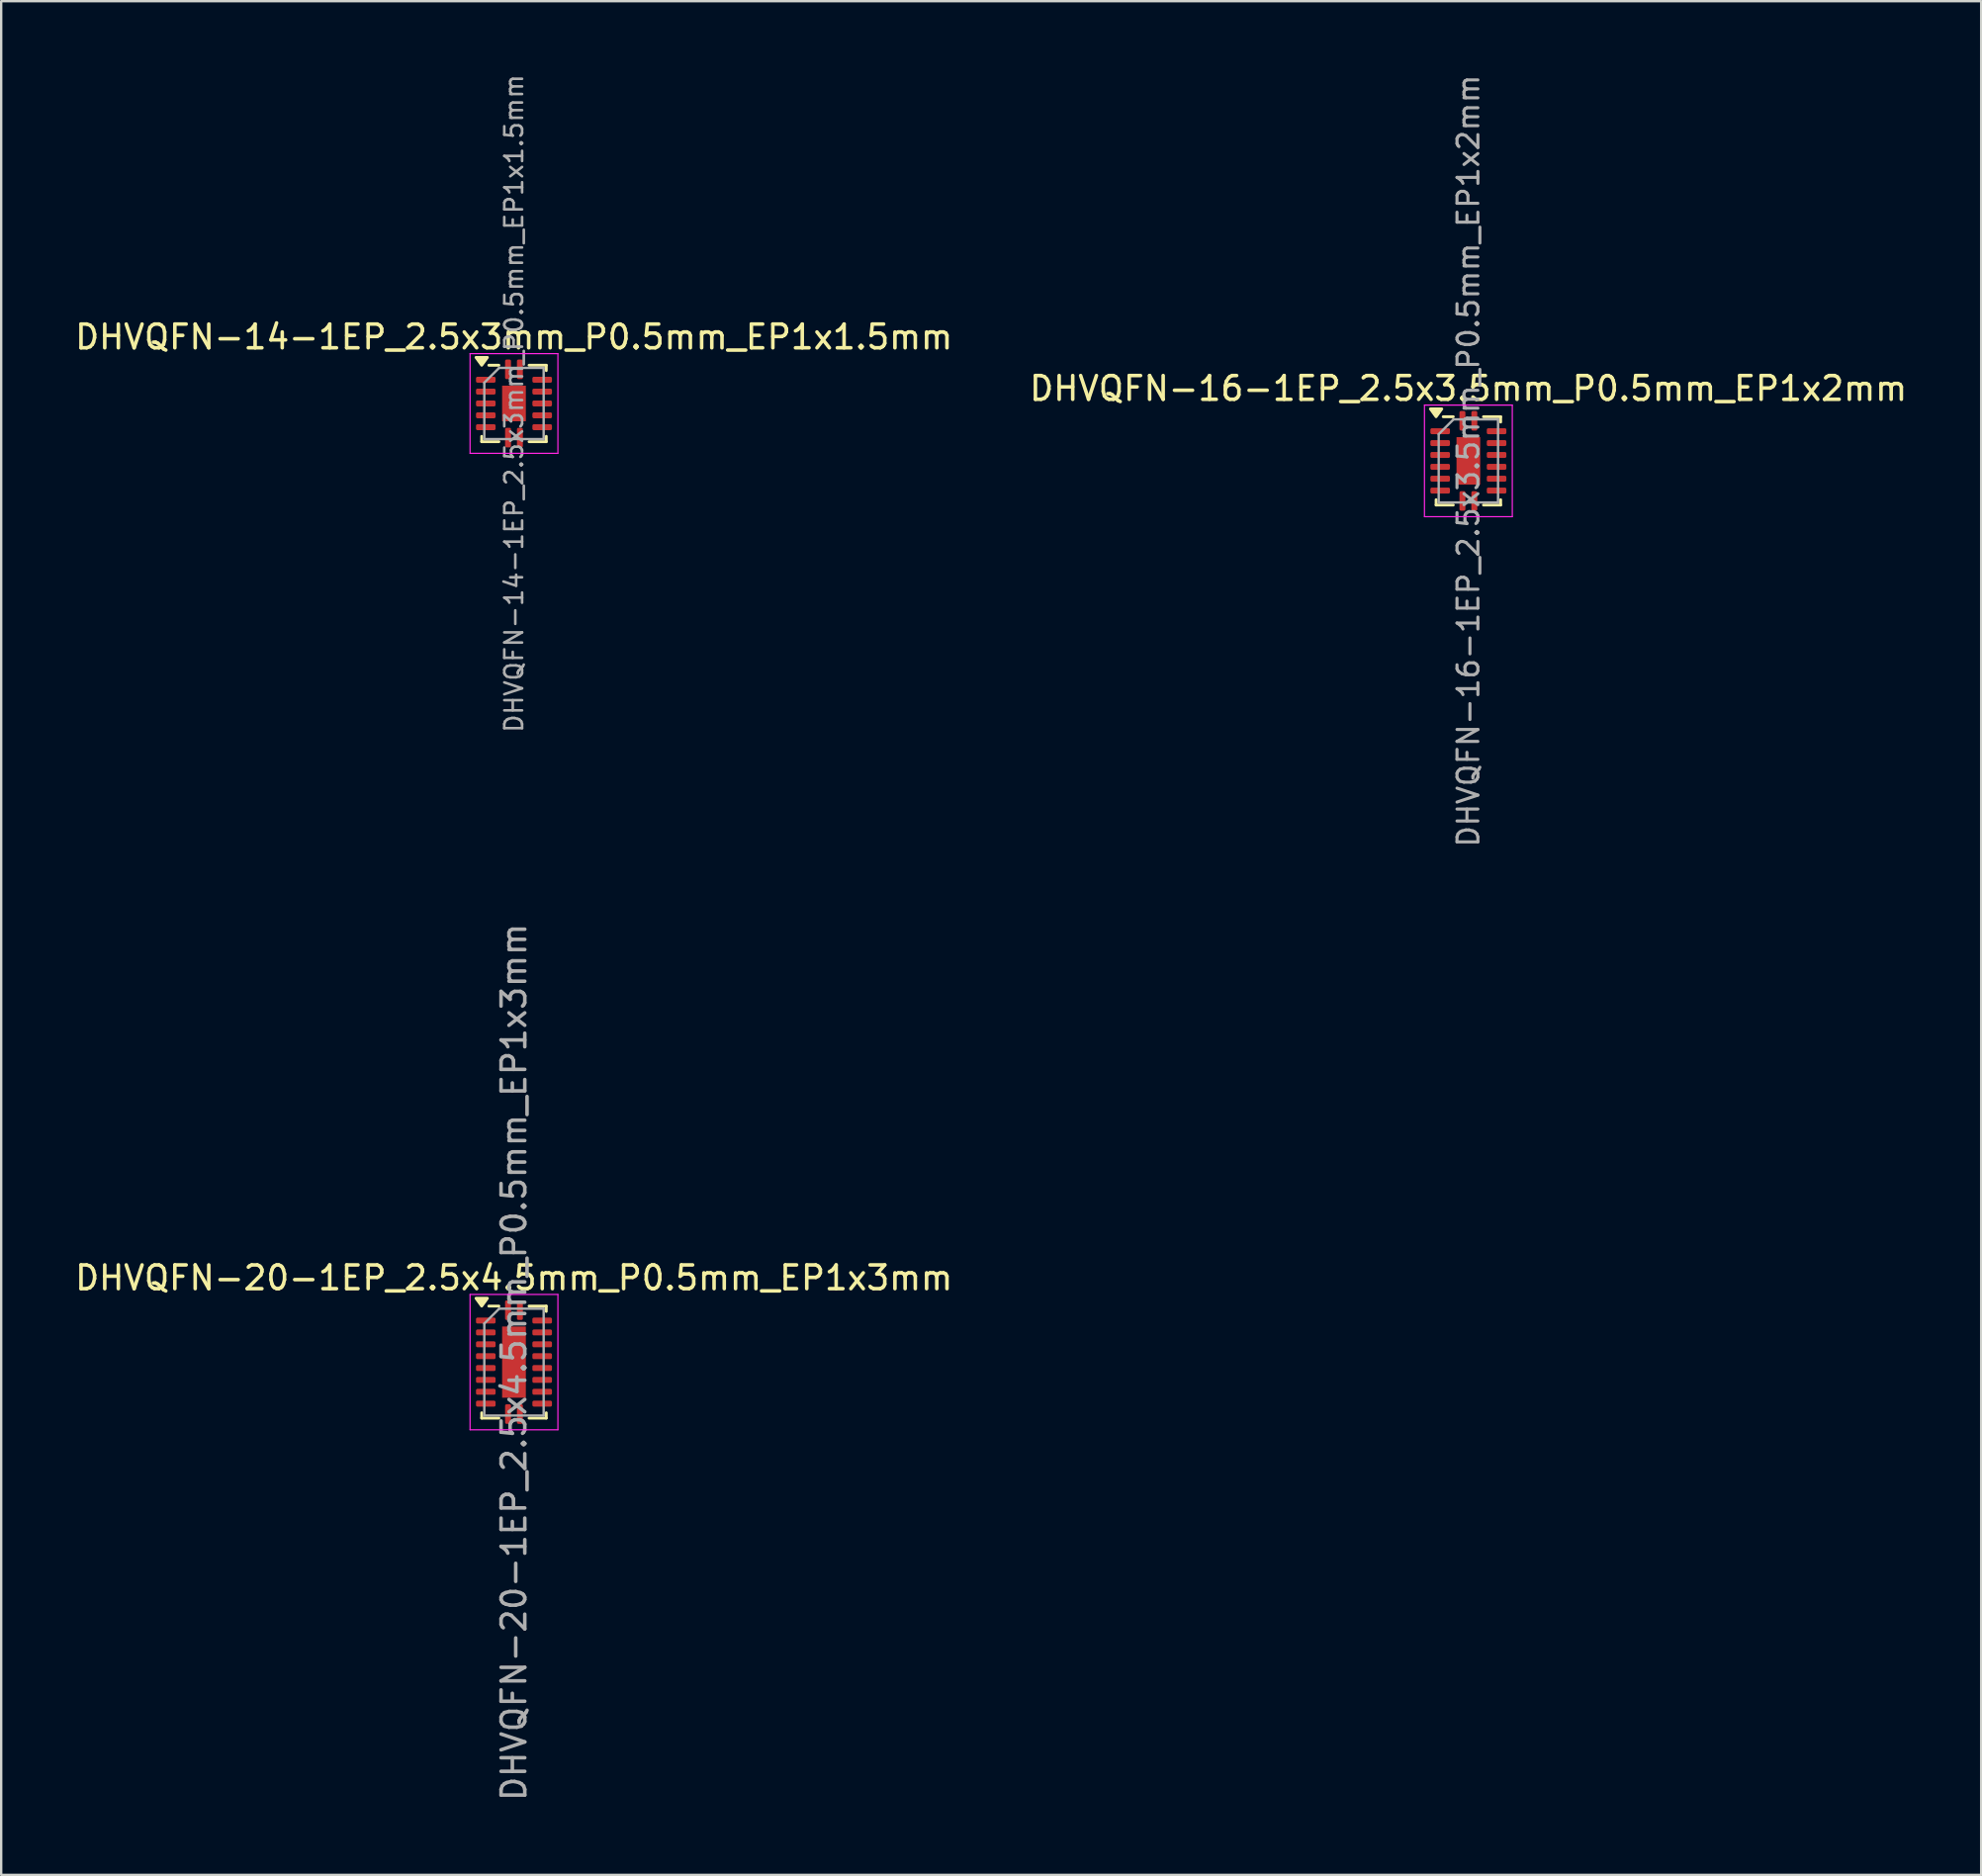
<source format=kicad_pcb>
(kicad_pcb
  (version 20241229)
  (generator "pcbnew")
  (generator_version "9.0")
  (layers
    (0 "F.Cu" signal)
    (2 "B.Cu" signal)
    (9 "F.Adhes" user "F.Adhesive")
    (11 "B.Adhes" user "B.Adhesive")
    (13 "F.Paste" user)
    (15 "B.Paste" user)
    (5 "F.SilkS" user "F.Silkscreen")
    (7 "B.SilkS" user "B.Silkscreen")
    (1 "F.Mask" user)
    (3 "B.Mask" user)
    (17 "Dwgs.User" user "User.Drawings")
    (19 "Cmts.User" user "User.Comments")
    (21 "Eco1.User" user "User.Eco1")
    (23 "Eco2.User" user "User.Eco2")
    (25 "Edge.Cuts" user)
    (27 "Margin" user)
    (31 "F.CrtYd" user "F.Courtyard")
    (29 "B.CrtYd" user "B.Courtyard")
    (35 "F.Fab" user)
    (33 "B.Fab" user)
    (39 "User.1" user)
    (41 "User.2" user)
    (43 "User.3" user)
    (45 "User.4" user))
  (footprint "DHVQFN-14-1EP_2.5x3mm_P0.5mm_EP1x1.5mm"
    (layer "F.Cu")
    (at 18.601 13.947)
    (property "Reference" "DHVQFN-14-1EP_2.5x3mm_P0.5mm_EP1x1.5mm" (at 0 -2.8 0) (layer "F.SilkS") (effects (font (size 1 1) (thickness 0.15))))
    (attr smd)
    (fp_line (start -1.36 1.61) (end -1.36 1.385) (stroke (width 0.12) (type solid)) (layer "F.SilkS"))
    (fp_line (start -0.635 -1.61) (end -1.06 -1.61) (stroke (width 0.12) (type solid)) (layer "F.SilkS"))
    (fp_line (start -0.635 1.61) (end -1.36 1.61) (stroke (width 0.12) (type solid)) (layer "F.SilkS"))
    (fp_line (start 0.635 -1.61) (end 1.36 -1.61) (stroke (width 0.12) (type solid)) (layer "F.SilkS"))
    (fp_line (start 0.635 1.61) (end 1.36 1.61) (stroke (width 0.12) (type solid)) (layer "F.SilkS"))
    (fp_line (start 1.36 -1.61) (end 1.36 -1.385) (stroke (width 0.12) (type solid)) (layer "F.SilkS"))
    (fp_line (start 1.36 1.61) (end 1.36 1.385) (stroke (width 0.12) (type solid)) (layer "F.SilkS"))
    (fp_poly (pts (xy -1.36 -1.61) (xy -1.6 -1.94) (xy -1.12 -1.94) (xy -1.36 -1.61)) (stroke (width 0.12) (type solid)) (fill yes) (layer "F.SilkS"))
    (fp_line (start -1.85 -2.1) (end -1.85 2.1) (stroke (width 0.05) (type solid)) (layer "F.CrtYd"))
    (fp_line (start -1.85 2.1) (end 1.85 2.1) (stroke (width 0.05) (type solid)) (layer "F.CrtYd"))
    (fp_line (start 1.85 -2.1) (end -1.85 -2.1) (stroke (width 0.05) (type solid)) (layer "F.CrtYd"))
    (fp_line (start 1.85 2.1) (end 1.85 -2.1) (stroke (width 0.05) (type solid)) (layer "F.CrtYd"))
    (fp_line (start -1.25 -0.875) (end -0.625 -1.5) (stroke (width 0.1) (type solid)) (layer "F.Fab"))
    (fp_line (start -1.25 1.5) (end -1.25 -0.875) (stroke (width 0.1) (type solid)) (layer "F.Fab"))
    (fp_line (start -0.625 -1.5) (end 1.25 -1.5) (stroke (width 0.1) (type solid)) (layer "F.Fab"))
    (fp_line (start 1.25 -1.5) (end 1.25 1.5) (stroke (width 0.1) (type solid)) (layer "F.Fab"))
    (fp_line (start 1.25 1.5) (end -1.25 1.5) (stroke (width 0.1) (type solid)) (layer "F.Fab"))
    (fp_text user "${REFERENCE}" (at 0 0 90) (layer "F.Fab") (effects (font (size 0.75 0.75) (thickness 0.11))))
    (pad "" smd roundrect (at 0 0) (size 0.81 1.21) (layers "F.Paste") (roundrect_rratio 0.25))
    (pad "1" smd roundrect (at -0.25 -1.438) (size 0.25 0.825) (layers "F.Cu" "F.Mask" "F.Paste") (roundrect_rratio 0.25))
    (pad "2" smd roundrect (at -1.188 -1) (size 0.825 0.25) (layers "F.Cu" "F.Mask" "F.Paste") (roundrect_rratio 0.25))
    (pad "3" smd roundrect (at -1.188 -0.5) (size 0.825 0.25) (layers "F.Cu" "F.Mask" "F.Paste") (roundrect_rratio 0.25))
    (pad "4" smd roundrect (at -1.188 0) (size 0.825 0.25) (layers "F.Cu" "F.Mask" "F.Paste") (roundrect_rratio 0.25))
    (pad "5" smd roundrect (at -1.188 0.5) (size 0.825 0.25) (layers "F.Cu" "F.Mask" "F.Paste") (roundrect_rratio 0.25))
    (pad "6" smd roundrect (at -1.188 1) (size 0.825 0.25) (layers "F.Cu" "F.Mask" "F.Paste") (roundrect_rratio 0.25))
    (pad "7" smd roundrect (at -0.25 1.438) (size 0.25 0.825) (layers "F.Cu" "F.Mask" "F.Paste") (roundrect_rratio 0.25))
    (pad "8" smd roundrect (at 0.25 1.438) (size 0.25 0.825) (layers "F.Cu" "F.Mask" "F.Paste") (roundrect_rratio 0.25))
    (pad "9" smd roundrect (at 1.188 1) (size 0.825 0.25) (layers "F.Cu" "F.Mask" "F.Paste") (roundrect_rratio 0.25))
    (pad "10" smd roundrect (at 1.188 0.5) (size 0.825 0.25) (layers "F.Cu" "F.Mask" "F.Paste") (roundrect_rratio 0.25))
    (pad "11" smd roundrect (at 1.188 0) (size 0.825 0.25) (layers "F.Cu" "F.Mask" "F.Paste") (roundrect_rratio 0.25))
    (pad "12" smd roundrect (at 1.188 -0.5) (size 0.825 0.25) (layers "F.Cu" "F.Mask" "F.Paste") (roundrect_rratio 0.25))
    (pad "13" smd roundrect (at 1.188 -1) (size 0.825 0.25) (layers "F.Cu" "F.Mask" "F.Paste") (roundrect_rratio 0.25))
    (pad "14" smd roundrect (at 0.25 -1.438) (size 0.25 0.825) (layers "F.Cu" "F.Mask" "F.Paste") (roundrect_rratio 0.25))
    (pad "15" smd rect (at 0 0) (size 1 1.5) (property pad_prop_heatsink) (layers "F.Cu" "F.Mask")))
  (footprint "DHVQFN-20-1EP_2.5x4.5mm_P0.5mm_EP1x3mm"
    (layer "F.Cu")
    (at 18.601 54.333)
    (property "Reference" "DHVQFN-20-1EP_2.5x4.5mm_P0.5mm_EP1x3mm" (at 0 -3.55 0) (layer "F.SilkS") (effects (font (size 1 1) (thickness 0.15))))
    (attr smd)
    (fp_line (start -1.36 2.36) (end -1.36 2.135) (stroke (width 0.12) (type solid)) (layer "F.SilkS"))
    (fp_line (start -0.635 -2.36) (end -1.06 -2.36) (stroke (width 0.12) (type solid)) (layer "F.SilkS"))
    (fp_line (start -0.635 2.36) (end -1.36 2.36) (stroke (width 0.12) (type solid)) (layer "F.SilkS"))
    (fp_line (start 0.635 -2.36) (end 1.36 -2.36) (stroke (width 0.12) (type solid)) (layer "F.SilkS"))
    (fp_line (start 0.635 2.36) (end 1.36 2.36) (stroke (width 0.12) (type solid)) (layer "F.SilkS"))
    (fp_line (start 1.36 -2.36) (end 1.36 -2.135) (stroke (width 0.12) (type solid)) (layer "F.SilkS"))
    (fp_line (start 1.36 2.36) (end 1.36 2.135) (stroke (width 0.12) (type solid)) (layer "F.SilkS"))
    (fp_poly (pts (xy -1.36 -2.36) (xy -1.6 -2.69) (xy -1.12 -2.69) (xy -1.36 -2.36)) (stroke (width 0.12) (type solid)) (fill yes) (layer "F.SilkS"))
    (fp_line (start -1.85 -2.85) (end -1.85 2.85) (stroke (width 0.05) (type solid)) (layer "F.CrtYd"))
    (fp_line (start -1.85 2.85) (end 1.85 2.85) (stroke (width 0.05) (type solid)) (layer "F.CrtYd"))
    (fp_line (start 1.85 -2.85) (end -1.85 -2.85) (stroke (width 0.05) (type solid)) (layer "F.CrtYd"))
    (fp_line (start 1.85 2.85) (end 1.85 -2.85) (stroke (width 0.05) (type solid)) (layer "F.CrtYd"))
    (fp_line (start -1.25 -1.625) (end -0.625 -2.25) (stroke (width 0.1) (type solid)) (layer "F.Fab"))
    (fp_line (start -1.25 2.25) (end -1.25 -1.625) (stroke (width 0.1) (type solid)) (layer "F.Fab"))
    (fp_line (start -0.625 -2.25) (end 1.25 -2.25) (stroke (width 0.1) (type solid)) (layer "F.Fab"))
    (fp_line (start 1.25 -2.25) (end 1.25 2.25) (stroke (width 0.1) (type solid)) (layer "F.Fab"))
    (fp_line (start 1.25 2.25) (end -1.25 2.25) (stroke (width 0.1) (type solid)) (layer "F.Fab"))
    (fp_text user "${REFERENCE}" (at 0 0 90) (layer "F.Fab") (effects (font (size 1 1) (thickness 0.15))))
    (pad "" smd roundrect (at 0 -0.75) (size 0.81 1.21) (layers "F.Paste") (roundrect_rratio 0.25))
    (pad "" smd roundrect (at 0 0.75) (size 0.81 1.21) (layers "F.Paste") (roundrect_rratio 0.25))
    (pad "1" smd roundrect (at -0.25 -2.188) (size 0.25 0.825) (layers "F.Cu" "F.Mask" "F.Paste") (roundrect_rratio 0.25))
    (pad "2" smd roundrect (at -1.188 -1.75) (size 0.825 0.25) (layers "F.Cu" "F.Mask" "F.Paste") (roundrect_rratio 0.25))
    (pad "3" smd roundrect (at -1.188 -1.25) (size 0.825 0.25) (layers "F.Cu" "F.Mask" "F.Paste") (roundrect_rratio 0.25))
    (pad "4" smd roundrect (at -1.188 -0.75) (size 0.825 0.25) (layers "F.Cu" "F.Mask" "F.Paste") (roundrect_rratio 0.25))
    (pad "5" smd roundrect (at -1.188 -0.25) (size 0.825 0.25) (layers "F.Cu" "F.Mask" "F.Paste") (roundrect_rratio 0.25))
    (pad "6" smd roundrect (at -1.188 0.25) (size 0.825 0.25) (layers "F.Cu" "F.Mask" "F.Paste") (roundrect_rratio 0.25))
    (pad "7" smd roundrect (at -1.188 0.75) (size 0.825 0.25) (layers "F.Cu" "F.Mask" "F.Paste") (roundrect_rratio 0.25))
    (pad "8" smd roundrect (at -1.188 1.25) (size 0.825 0.25) (layers "F.Cu" "F.Mask" "F.Paste") (roundrect_rratio 0.25))
    (pad "9" smd roundrect (at -1.188 1.75) (size 0.825 0.25) (layers "F.Cu" "F.Mask" "F.Paste") (roundrect_rratio 0.25))
    (pad "10" smd roundrect (at -0.25 2.188) (size 0.25 0.825) (layers "F.Cu" "F.Mask" "F.Paste") (roundrect_rratio 0.25))
    (pad "11" smd roundrect (at 0.25 2.188) (size 0.25 0.825) (layers "F.Cu" "F.Mask" "F.Paste") (roundrect_rratio 0.25))
    (pad "12" smd roundrect (at 1.188 1.75) (size 0.825 0.25) (layers "F.Cu" "F.Mask" "F.Paste") (roundrect_rratio 0.25))
    (pad "13" smd roundrect (at 1.188 1.25) (size 0.825 0.25) (layers "F.Cu" "F.Mask" "F.Paste") (roundrect_rratio 0.25))
    (pad "14" smd roundrect (at 1.188 0.75) (size 0.825 0.25) (layers "F.Cu" "F.Mask" "F.Paste") (roundrect_rratio 0.25))
    (pad "15" smd roundrect (at 1.188 0.25) (size 0.825 0.25) (layers "F.Cu" "F.Mask" "F.Paste") (roundrect_rratio 0.25))
    (pad "16" smd roundrect (at 1.188 -0.25) (size 0.825 0.25) (layers "F.Cu" "F.Mask" "F.Paste") (roundrect_rratio 0.25))
    (pad "17" smd roundrect (at 1.188 -0.75) (size 0.825 0.25) (layers "F.Cu" "F.Mask" "F.Paste") (roundrect_rratio 0.25))
    (pad "18" smd roundrect (at 1.188 -1.25) (size 0.825 0.25) (layers "F.Cu" "F.Mask" "F.Paste") (roundrect_rratio 0.25))
    (pad "19" smd roundrect (at 1.188 -1.75) (size 0.825 0.25) (layers "F.Cu" "F.Mask" "F.Paste") (roundrect_rratio 0.25))
    (pad "20" smd roundrect (at 0.25 -2.188) (size 0.25 0.825) (layers "F.Cu" "F.Mask" "F.Paste") (roundrect_rratio 0.25))
    (pad "21" smd rect (at 0 0) (size 1 3) (property pad_prop_heatsink) (layers "F.Cu" "F.Mask")))
  (footprint "DHVQFN-16-1EP_2.5x3.5mm_P0.5mm_EP1x2mm"
    (layer "F.Cu")
    (at 58.804 16.366)
    (property "Reference" "DHVQFN-16-1EP_2.5x3.5mm_P0.5mm_EP1x2mm" (at 0 -3.05 0) (layer "F.SilkS") (effects (font (size 1 1) (thickness 0.15))))
    (attr smd)
    (fp_line (start -1.36 1.86) (end -1.36 1.635) (stroke (width 0.12) (type solid)) (layer "F.SilkS"))
    (fp_line (start -0.635 -1.86) (end -1.06 -1.86) (stroke (width 0.12) (type solid)) (layer "F.SilkS"))
    (fp_line (start -0.635 1.86) (end -1.36 1.86) (stroke (width 0.12) (type solid)) (layer "F.SilkS"))
    (fp_line (start 0.635 -1.86) (end 1.36 -1.86) (stroke (width 0.12) (type solid)) (layer "F.SilkS"))
    (fp_line (start 0.635 1.86) (end 1.36 1.86) (stroke (width 0.12) (type solid)) (layer "F.SilkS"))
    (fp_line (start 1.36 -1.86) (end 1.36 -1.635) (stroke (width 0.12) (type solid)) (layer "F.SilkS"))
    (fp_line (start 1.36 1.86) (end 1.36 1.635) (stroke (width 0.12) (type solid)) (layer "F.SilkS"))
    (fp_poly (pts (xy -1.36 -1.86) (xy -1.6 -2.19) (xy -1.12 -2.19) (xy -1.36 -1.86)) (stroke (width 0.12) (type solid)) (fill yes) (layer "F.SilkS"))
    (fp_line (start -1.85 -2.35) (end -1.85 2.35) (stroke (width 0.05) (type solid)) (layer "F.CrtYd"))
    (fp_line (start -1.85 2.35) (end 1.85 2.35) (stroke (width 0.05) (type solid)) (layer "F.CrtYd"))
    (fp_line (start 1.85 -2.35) (end -1.85 -2.35) (stroke (width 0.05) (type solid)) (layer "F.CrtYd"))
    (fp_line (start 1.85 2.35) (end 1.85 -2.35) (stroke (width 0.05) (type solid)) (layer "F.CrtYd"))
    (fp_line (start -1.25 -1.125) (end -0.625 -1.75) (stroke (width 0.1) (type solid)) (layer "F.Fab"))
    (fp_line (start -1.25 1.75) (end -1.25 -1.125) (stroke (width 0.1) (type solid)) (layer "F.Fab"))
    (fp_line (start -0.625 -1.75) (end 1.25 -1.75) (stroke (width 0.1) (type solid)) (layer "F.Fab"))
    (fp_line (start 1.25 -1.75) (end 1.25 1.75) (stroke (width 0.1) (type solid)) (layer "F.Fab"))
    (fp_line (start 1.25 1.75) (end -1.25 1.75) (stroke (width 0.1) (type solid)) (layer "F.Fab"))
    (fp_text user "${REFERENCE}" (at 0 0 90) (layer "F.Fab") (effects (font (size 0.88 0.88) (thickness 0.13))))
    (pad "" smd roundrect (at 0 -0.5) (size 0.81 0.81) (layers "F.Paste") (roundrect_rratio 0.25))
    (pad "" smd roundrect (at 0 0.5) (size 0.81 0.81) (layers "F.Paste") (roundrect_rratio 0.25))
    (pad "1" smd roundrect (at -0.25 -1.688) (size 0.25 0.825) (layers "F.Cu" "F.Mask" "F.Paste") (roundrect_rratio 0.25))
    (pad "2" smd roundrect (at -1.188 -1.25) (size 0.825 0.25) (layers "F.Cu" "F.Mask" "F.Paste") (roundrect_rratio 0.25))
    (pad "3" smd roundrect (at -1.188 -0.75) (size 0.825 0.25) (layers "F.Cu" "F.Mask" "F.Paste") (roundrect_rratio 0.25))
    (pad "4" smd roundrect (at -1.188 -0.25) (size 0.825 0.25) (layers "F.Cu" "F.Mask" "F.Paste") (roundrect_rratio 0.25))
    (pad "5" smd roundrect (at -1.188 0.25) (size 0.825 0.25) (layers "F.Cu" "F.Mask" "F.Paste") (roundrect_rratio 0.25))
    (pad "6" smd roundrect (at -1.188 0.75) (size 0.825 0.25) (layers "F.Cu" "F.Mask" "F.Paste") (roundrect_rratio 0.25))
    (pad "7" smd roundrect (at -1.188 1.25) (size 0.825 0.25) (layers "F.Cu" "F.Mask" "F.Paste") (roundrect_rratio 0.25))
    (pad "8" smd roundrect (at -0.25 1.688) (size 0.25 0.825) (layers "F.Cu" "F.Mask" "F.Paste") (roundrect_rratio 0.25))
    (pad "9" smd roundrect (at 0.25 1.688) (size 0.25 0.825) (layers "F.Cu" "F.Mask" "F.Paste") (roundrect_rratio 0.25))
    (pad "10" smd roundrect (at 1.188 1.25) (size 0.825 0.25) (layers "F.Cu" "F.Mask" "F.Paste") (roundrect_rratio 0.25))
    (pad "11" smd roundrect (at 1.188 0.75) (size 0.825 0.25) (layers "F.Cu" "F.Mask" "F.Paste") (roundrect_rratio 0.25))
    (pad "12" smd roundrect (at 1.188 0.25) (size 0.825 0.25) (layers "F.Cu" "F.Mask" "F.Paste") (roundrect_rratio 0.25))
    (pad "13" smd roundrect (at 1.188 -0.25) (size 0.825 0.25) (layers "F.Cu" "F.Mask" "F.Paste") (roundrect_rratio 0.25))
    (pad "14" smd roundrect (at 1.188 -0.75) (size 0.825 0.25) (layers "F.Cu" "F.Mask" "F.Paste") (roundrect_rratio 0.25))
    (pad "15" smd roundrect (at 1.188 -1.25) (size 0.825 0.25) (layers "F.Cu" "F.Mask" "F.Paste") (roundrect_rratio 0.25))
    (pad "16" smd roundrect (at 0.25 -1.688) (size 0.25 0.825) (layers "F.Cu" "F.Mask" "F.Paste") (roundrect_rratio 0.25))
    (pad "17" smd rect (at 0 0) (size 1 2) (property pad_prop_heatsink) (layers "F.Cu" "F.Mask")))
  (gr_rect
    (start -3 -3)
    (end 80.405 75.934)
    (stroke (width 0.1) (type default))
    (fill no)
    (layer "Edge.Cuts")))
</source>
